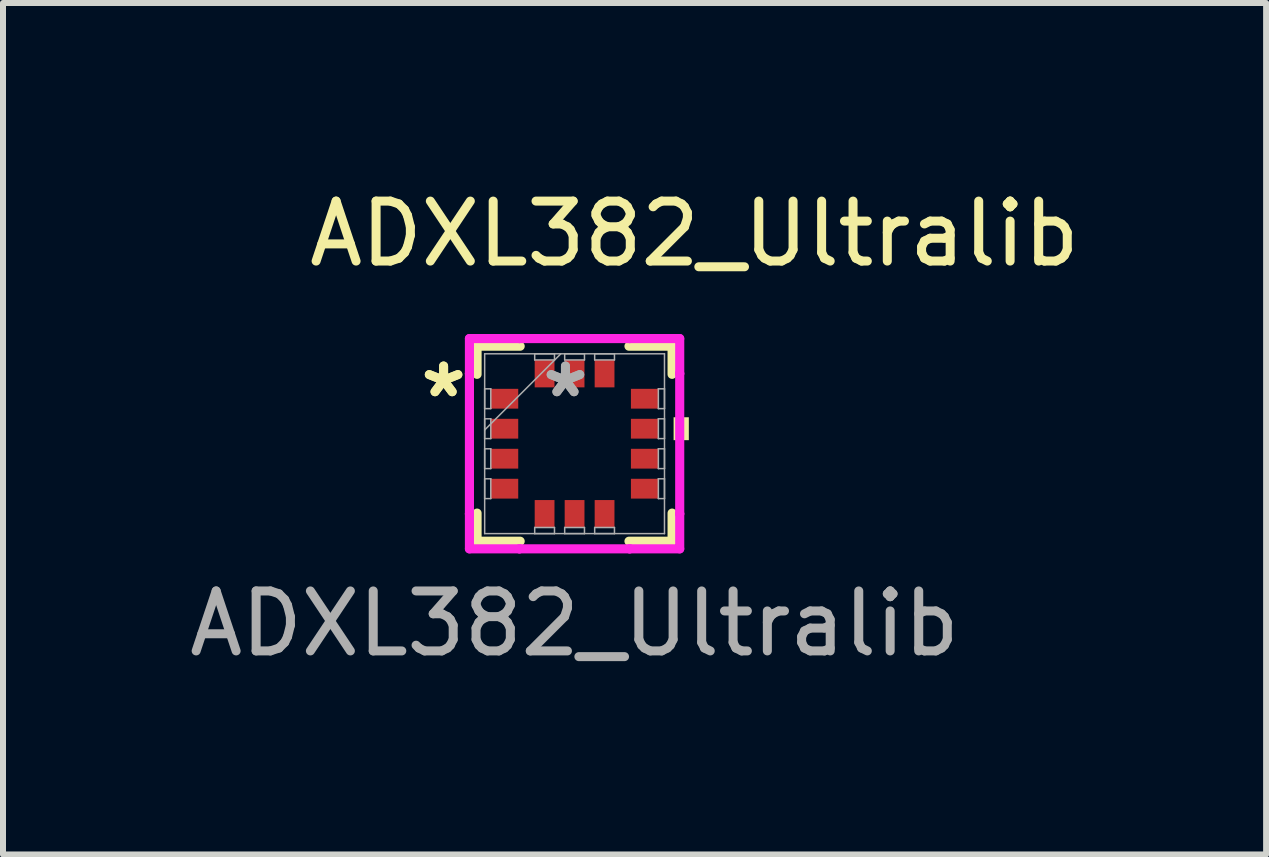
<source format=kicad_pcb>
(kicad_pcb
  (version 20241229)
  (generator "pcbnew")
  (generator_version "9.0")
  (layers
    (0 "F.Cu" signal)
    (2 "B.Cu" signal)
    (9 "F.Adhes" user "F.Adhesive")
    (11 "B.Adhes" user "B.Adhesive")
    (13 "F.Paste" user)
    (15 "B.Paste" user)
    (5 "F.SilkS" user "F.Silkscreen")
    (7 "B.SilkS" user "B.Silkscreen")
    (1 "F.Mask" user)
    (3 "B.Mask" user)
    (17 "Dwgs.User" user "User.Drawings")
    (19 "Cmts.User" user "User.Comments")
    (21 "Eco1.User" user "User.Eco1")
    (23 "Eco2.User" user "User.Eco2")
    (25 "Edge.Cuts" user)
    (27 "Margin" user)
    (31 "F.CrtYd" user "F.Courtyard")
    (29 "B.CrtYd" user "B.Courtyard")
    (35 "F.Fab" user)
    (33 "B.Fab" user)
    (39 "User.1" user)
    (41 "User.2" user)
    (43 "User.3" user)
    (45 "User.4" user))
  (footprint "ADXL382_Ultralib"
    (layer "F.Cu")
    (at 6.53 4.348)
    (property "Reference" "ADXL382_Ultralib" (at 2 -3.5 0) (unlocked yes) (layer "F.SilkS") (effects (font (size 1 1) (thickness 0.15))))
    (attr smd)
    (fp_line (start -1.626 -1.626) (end -1.626 -1.157) (stroke (width 0.152) (type solid)) (layer "F.SilkS"))
    (fp_line (start -1.626 1.157) (end -1.626 1.626) (stroke (width 0.152) (type solid)) (layer "F.SilkS"))
    (fp_line (start -1.626 1.626) (end -0.907 1.626) (stroke (width 0.152) (type solid)) (layer "F.SilkS"))
    (fp_line (start -0.907 -1.626) (end -1.626 -1.626) (stroke (width 0.152) (type solid)) (layer "F.SilkS"))
    (fp_line (start 0.907 1.626) (end 1.626 1.626) (stroke (width 0.152) (type solid)) (layer "F.SilkS"))
    (fp_line (start 1.626 -1.626) (end 0.907 -1.626) (stroke (width 0.152) (type solid)) (layer "F.SilkS"))
    (fp_line (start 1.626 -1.157) (end 1.626 -1.626) (stroke (width 0.152) (type solid)) (layer "F.SilkS"))
    (fp_line (start 1.626 1.626) (end 1.626 1.157) (stroke (width 0.152) (type solid)) (layer "F.SilkS"))
    (fp_poly (pts (xy 1.905 -0.441) (xy 1.905 -0.059) (xy 1.651 -0.059) (xy 1.651 -0.441)) (stroke (width 0) (type solid)) (fill yes) (layer "F.SilkS"))
    (fp_line (start -1.753 -1.753) (end -0.919 -1.753) (stroke (width 0.152) (type solid)) (layer "F.CrtYd"))
    (fp_line (start -1.753 -1.169) (end -1.753 -1.753) (stroke (width 0.152) (type solid)) (layer "F.CrtYd"))
    (fp_line (start -1.753 -1.169) (end -1.753 -1.169) (stroke (width 0.152) (type solid)) (layer "F.CrtYd"))
    (fp_line (start -1.753 1.169) (end -1.753 -1.169) (stroke (width 0.152) (type solid)) (layer "F.CrtYd"))
    (fp_line (start -1.753 1.169) (end -1.753 1.169) (stroke (width 0.152) (type solid)) (layer "F.CrtYd"))
    (fp_line (start -1.753 1.753) (end -1.753 1.169) (stroke (width 0.152) (type solid)) (layer "F.CrtYd"))
    (fp_line (start -0.919 -1.753) (end -0.919 -1.753) (stroke (width 0.152) (type solid)) (layer "F.CrtYd"))
    (fp_line (start -0.919 -1.753) (end 0.919 -1.753) (stroke (width 0.152) (type solid)) (layer "F.CrtYd"))
    (fp_line (start -0.919 1.753) (end -1.753 1.753) (stroke (width 0.152) (type solid)) (layer "F.CrtYd"))
    (fp_line (start -0.919 1.753) (end -0.919 1.753) (stroke (width 0.152) (type solid)) (layer "F.CrtYd"))
    (fp_line (start 0.919 -1.753) (end 0.919 -1.753) (stroke (width 0.152) (type solid)) (layer "F.CrtYd"))
    (fp_line (start 0.919 -1.753) (end 1.753 -1.753) (stroke (width 0.152) (type solid)) (layer "F.CrtYd"))
    (fp_line (start 0.919 1.753) (end -0.919 1.753) (stroke (width 0.152) (type solid)) (layer "F.CrtYd"))
    (fp_line (start 0.919 1.753) (end 0.919 1.753) (stroke (width 0.152) (type solid)) (layer "F.CrtYd"))
    (fp_line (start 1.753 -1.753) (end 1.753 -1.169) (stroke (width 0.152) (type solid)) (layer "F.CrtYd"))
    (fp_line (start 1.753 -1.169) (end 1.753 -1.169) (stroke (width 0.152) (type solid)) (layer "F.CrtYd"))
    (fp_line (start 1.753 -1.169) (end 1.753 1.169) (stroke (width 0.152) (type solid)) (layer "F.CrtYd"))
    (fp_line (start 1.753 1.169) (end 1.753 1.169) (stroke (width 0.152) (type solid)) (layer "F.CrtYd"))
    (fp_line (start 1.753 1.169) (end 1.753 1.753) (stroke (width 0.152) (type solid)) (layer "F.CrtYd"))
    (fp_line (start 1.753 1.753) (end 0.919 1.753) (stroke (width 0.152) (type solid)) (layer "F.CrtYd"))
    (fp_line (start -1.499 -1.499) (end -1.499 1.499) (stroke (width 0.025) (type solid)) (layer "F.Fab"))
    (fp_line (start -1.499 -0.915) (end -1.397 -0.915) (stroke (width 0.025) (type solid)) (layer "F.Fab"))
    (fp_line (start -1.499 -0.585) (end -1.499 -0.915) (stroke (width 0.025) (type solid)) (layer "F.Fab"))
    (fp_line (start -1.499 -0.415) (end -1.397 -0.415) (stroke (width 0.025) (type solid)) (layer "F.Fab"))
    (fp_line (start -1.499 -0.229) (end -0.229 -1.499) (stroke (width 0.025) (type solid)) (layer "F.Fab"))
    (fp_line (start -1.499 -0.085) (end -1.499 -0.415) (stroke (width 0.025) (type solid)) (layer "F.Fab"))
    (fp_line (start -1.499 0.085) (end -1.397 0.085) (stroke (width 0.025) (type solid)) (layer "F.Fab"))
    (fp_line (start -1.499 0.415) (end -1.499 0.085) (stroke (width 0.025) (type solid)) (layer "F.Fab"))
    (fp_line (start -1.499 0.585) (end -1.397 0.585) (stroke (width 0.025) (type solid)) (layer "F.Fab"))
    (fp_line (start -1.499 0.915) (end -1.499 0.585) (stroke (width 0.025) (type solid)) (layer "F.Fab"))
    (fp_line (start -1.499 1.499) (end 1.499 1.499) (stroke (width 0.025) (type solid)) (layer "F.Fab"))
    (fp_line (start -1.397 -0.915) (end -1.397 -0.585) (stroke (width 0.025) (type solid)) (layer "F.Fab"))
    (fp_line (start -1.397 -0.585) (end -1.499 -0.585) (stroke (width 0.025) (type solid)) (layer "F.Fab"))
    (fp_line (start -1.397 -0.415) (end -1.397 -0.085) (stroke (width 0.025) (type solid)) (layer "F.Fab"))
    (fp_line (start -1.397 -0.085) (end -1.499 -0.085) (stroke (width 0.025) (type solid)) (layer "F.Fab"))
    (fp_line (start -1.397 0.085) (end -1.397 0.415) (stroke (width 0.025) (type solid)) (layer "F.Fab"))
    (fp_line (start -1.397 0.415) (end -1.499 0.415) (stroke (width 0.025) (type solid)) (layer "F.Fab"))
    (fp_line (start -1.397 0.585) (end -1.397 0.915) (stroke (width 0.025) (type solid)) (layer "F.Fab"))
    (fp_line (start -1.397 0.915) (end -1.499 0.915) (stroke (width 0.025) (type solid)) (layer "F.Fab"))
    (fp_line (start -0.665 -1.499) (end -0.335 -1.499) (stroke (width 0.025) (type solid)) (layer "F.Fab"))
    (fp_line (start -0.665 -1.397) (end -0.665 -1.499) (stroke (width 0.025) (type solid)) (layer "F.Fab"))
    (fp_line (start -0.665 1.397) (end -0.335 1.397) (stroke (width 0.025) (type solid)) (layer "F.Fab"))
    (fp_line (start -0.665 1.499) (end -0.665 1.397) (stroke (width 0.025) (type solid)) (layer "F.Fab"))
    (fp_line (start -0.335 -1.499) (end -0.335 -1.397) (stroke (width 0.025) (type solid)) (layer "F.Fab"))
    (fp_line (start -0.335 -1.397) (end -0.665 -1.397) (stroke (width 0.025) (type solid)) (layer "F.Fab"))
    (fp_line (start -0.335 1.397) (end -0.335 1.499) (stroke (width 0.025) (type solid)) (layer "F.Fab"))
    (fp_line (start -0.335 1.499) (end -0.665 1.499) (stroke (width 0.025) (type solid)) (layer "F.Fab"))
    (fp_line (start -0.165 -1.499) (end 0.165 -1.499) (stroke (width 0.025) (type solid)) (layer "F.Fab"))
    (fp_line (start -0.165 -1.397) (end -0.165 -1.499) (stroke (width 0.025) (type solid)) (layer "F.Fab"))
    (fp_line (start -0.165 1.397) (end 0.165 1.397) (stroke (width 0.025) (type solid)) (layer "F.Fab"))
    (fp_line (start -0.165 1.499) (end -0.165 1.397) (stroke (width 0.025) (type solid)) (layer "F.Fab"))
    (fp_line (start 0.165 -1.499) (end 0.165 -1.397) (stroke (width 0.025) (type solid)) (layer "F.Fab"))
    (fp_line (start 0.165 -1.397) (end -0.165 -1.397) (stroke (width 0.025) (type solid)) (layer "F.Fab"))
    (fp_line (start 0.165 1.397) (end 0.165 1.499) (stroke (width 0.025) (type solid)) (layer "F.Fab"))
    (fp_line (start 0.165 1.499) (end -0.165 1.499) (stroke (width 0.025) (type solid)) (layer "F.Fab"))
    (fp_line (start 0.335 -1.499) (end 0.665 -1.499) (stroke (width 0.025) (type solid)) (layer "F.Fab"))
    (fp_line (start 0.335 -1.397) (end 0.335 -1.499) (stroke (width 0.025) (type solid)) (layer "F.Fab"))
    (fp_line (start 0.335 1.397) (end 0.665 1.397) (stroke (width 0.025) (type solid)) (layer "F.Fab"))
    (fp_line (start 0.335 1.499) (end 0.335 1.397) (stroke (width 0.025) (type solid)) (layer "F.Fab"))
    (fp_line (start 0.665 -1.499) (end 0.665 -1.397) (stroke (width 0.025) (type solid)) (layer "F.Fab"))
    (fp_line (start 0.665 -1.397) (end 0.335 -1.397) (stroke (width 0.025) (type solid)) (layer "F.Fab"))
    (fp_line (start 0.665 1.397) (end 0.665 1.499) (stroke (width 0.025) (type solid)) (layer "F.Fab"))
    (fp_line (start 0.665 1.499) (end 0.335 1.499) (stroke (width 0.025) (type solid)) (layer "F.Fab"))
    (fp_line (start 1.397 -0.915) (end 1.499 -0.915) (stroke (width 0.025) (type solid)) (layer "F.Fab"))
    (fp_line (start 1.397 -0.585) (end 1.397 -0.915) (stroke (width 0.025) (type solid)) (layer "F.Fab"))
    (fp_line (start 1.397 -0.415) (end 1.499 -0.415) (stroke (width 0.025) (type solid)) (layer "F.Fab"))
    (fp_line (start 1.397 -0.085) (end 1.397 -0.415) (stroke (width 0.025) (type solid)) (layer "F.Fab"))
    (fp_line (start 1.397 0.085) (end 1.499 0.085) (stroke (width 0.025) (type solid)) (layer "F.Fab"))
    (fp_line (start 1.397 0.415) (end 1.397 0.085) (stroke (width 0.025) (type solid)) (layer "F.Fab"))
    (fp_line (start 1.397 0.585) (end 1.499 0.585) (stroke (width 0.025) (type solid)) (layer "F.Fab"))
    (fp_line (start 1.397 0.915) (end 1.397 0.585) (stroke (width 0.025) (type solid)) (layer "F.Fab"))
    (fp_line (start 1.499 -1.499) (end -1.499 -1.499) (stroke (width 0.025) (type solid)) (layer "F.Fab"))
    (fp_line (start 1.499 -0.915) (end 1.499 -0.585) (stroke (width 0.025) (type solid)) (layer "F.Fab"))
    (fp_line (start 1.499 -0.585) (end 1.397 -0.585) (stroke (width 0.025) (type solid)) (layer "F.Fab"))
    (fp_line (start 1.499 -0.415) (end 1.499 -0.085) (stroke (width 0.025) (type solid)) (layer "F.Fab"))
    (fp_line (start 1.499 -0.085) (end 1.397 -0.085) (stroke (width 0.025) (type solid)) (layer "F.Fab"))
    (fp_line (start 1.499 0.085) (end 1.499 0.415) (stroke (width 0.025) (type solid)) (layer "F.Fab"))
    (fp_line (start 1.499 0.415) (end 1.397 0.415) (stroke (width 0.025) (type solid)) (layer "F.Fab"))
    (fp_line (start 1.499 0.585) (end 1.499 0.915) (stroke (width 0.025) (type solid)) (layer "F.Fab"))
    (fp_line (start 1.499 0.915) (end 1.397 0.915) (stroke (width 0.025) (type solid)) (layer "F.Fab"))
    (fp_line (start 1.499 1.499) (end 1.499 -1.499) (stroke (width 0.025) (type solid)) (layer "F.Fab"))
    (fp_text user "*" (at -2.184 -0.75 0) (unlocked yes) (layer "F.SilkS") (effects (font (size 1 1) (thickness 0.15))))
    (fp_text user "*" (at -2.184 -0.75 0) (layer "F.SilkS") (effects (font (size 1 1) (thickness 0.15))))
    (fp_text user "*" (at -0.152 -0.75 0) (layer "F.Fab") (effects (font (size 1 1) (thickness 0.15))))
    (fp_text user "*" (at -0.152 -0.75 0) (unlocked yes) (layer "F.Fab") (effects (font (size 1 1) (thickness 0.15))))
    (fp_text user "${REFERENCE}" (at 0 3 0) (unlocked yes) (layer "F.Fab") (effects (font (size 1 1) (thickness 0.15))))
    (pad "1" smd rect (at -1.168 -0.75 90) (size 0.33 0.457) (layers "F.Cu" "F.Mask" "F.Paste"))
    (pad "2" smd rect (at -1.168 -0.25 90) (size 0.33 0.457) (layers "F.Cu" "F.Mask" "F.Paste"))
    (pad "3" smd rect (at -1.168 0.25 90) (size 0.33 0.457) (layers "F.Cu" "F.Mask" "F.Paste"))
    (pad "4" smd rect (at -1.168 0.75 90) (size 0.33 0.457) (layers "F.Cu" "F.Mask" "F.Paste"))
    (pad "5" smd rect (at -0.5 1.168) (size 0.33 0.457) (layers "F.Cu" "F.Mask" "F.Paste"))
    (pad "6" smd rect (at 0 1.168) (size 0.33 0.457) (layers "F.Cu" "F.Mask" "F.Paste"))
    (pad "7" smd rect (at 0.5 1.168) (size 0.33 0.457) (layers "F.Cu" "F.Mask" "F.Paste"))
    (pad "8" smd rect (at 1.168 0.75 90) (size 0.33 0.457) (layers "F.Cu" "F.Mask" "F.Paste"))
    (pad "9" smd rect (at 1.168 0.25 90) (size 0.33 0.457) (layers "F.Cu" "F.Mask" "F.Paste"))
    (pad "10" smd rect (at 1.168 -0.25 90) (size 0.33 0.457) (layers "F.Cu" "F.Mask" "F.Paste"))
    (pad "11" smd rect (at 1.168 -0.75 90) (size 0.33 0.457) (layers "F.Cu" "F.Mask" "F.Paste"))
    (pad "12" smd rect (at 0.5 -1.168) (size 0.33 0.457) (layers "F.Cu" "F.Mask" "F.Paste"))
    (pad "13" smd rect (at 0 -1.168) (size 0.33 0.457) (layers "F.Cu" "F.Mask" "F.Paste"))
    (pad "14" smd rect (at -0.5 -1.168) (size 0.33 0.457) (layers "F.Cu" "F.Mask" "F.Paste")))
  (gr_rect
    (start -3 -3)
    (end 18.06 11.197)
    (stroke (width 0.1) (type default))
    (fill no)
    (layer "Edge.Cuts")))
</source>
